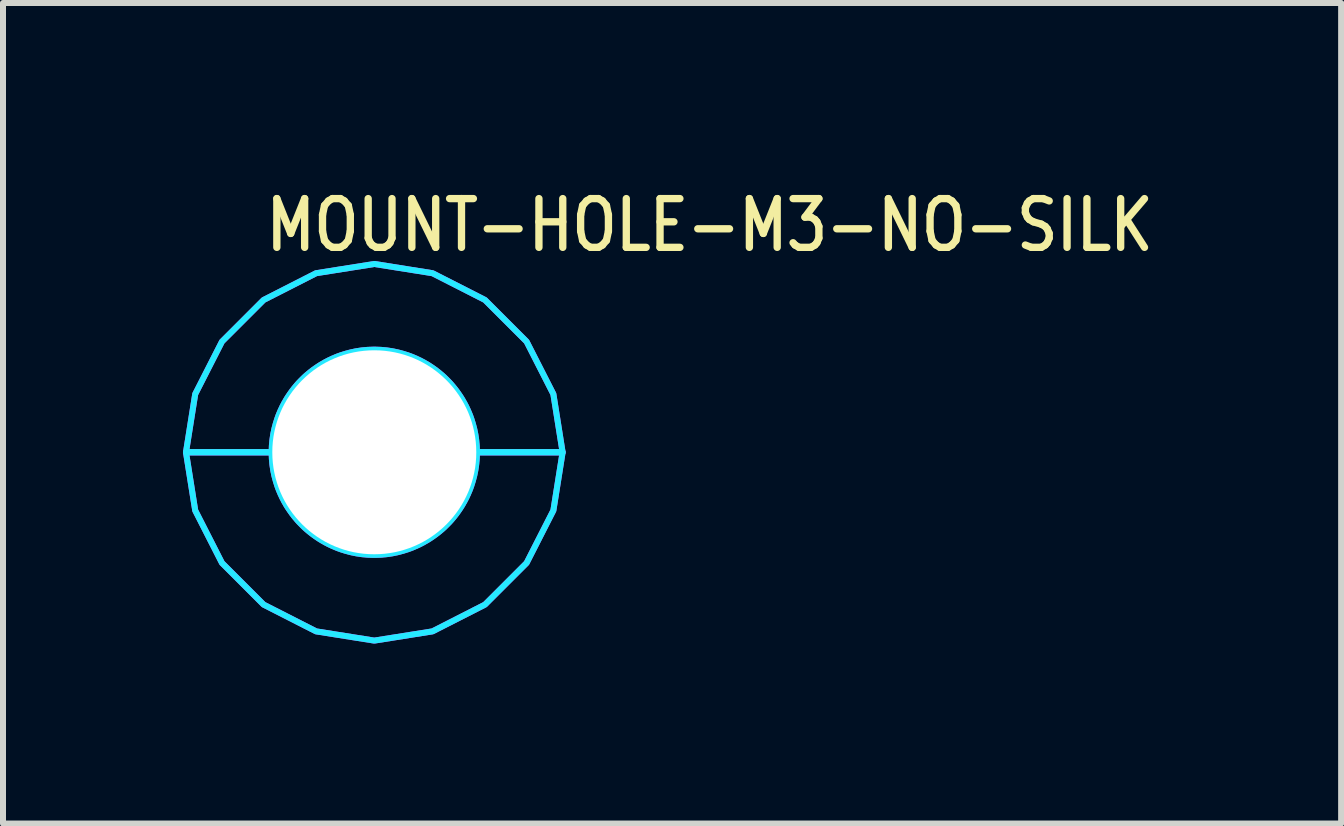
<source format=kicad_pcb>
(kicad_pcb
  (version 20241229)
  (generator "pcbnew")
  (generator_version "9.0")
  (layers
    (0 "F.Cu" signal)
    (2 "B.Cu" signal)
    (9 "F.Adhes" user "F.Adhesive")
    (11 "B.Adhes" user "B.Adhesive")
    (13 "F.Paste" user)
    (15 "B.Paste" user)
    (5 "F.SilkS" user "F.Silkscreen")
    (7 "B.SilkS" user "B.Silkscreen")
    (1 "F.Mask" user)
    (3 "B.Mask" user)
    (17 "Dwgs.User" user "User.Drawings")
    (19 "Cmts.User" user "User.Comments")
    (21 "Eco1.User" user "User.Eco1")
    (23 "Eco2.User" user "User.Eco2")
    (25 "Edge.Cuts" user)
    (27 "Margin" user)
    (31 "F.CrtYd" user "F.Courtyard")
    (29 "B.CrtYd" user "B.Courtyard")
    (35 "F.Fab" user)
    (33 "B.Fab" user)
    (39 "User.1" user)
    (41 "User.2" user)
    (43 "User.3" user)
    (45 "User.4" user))
  (footprint "MOUNT-HOLE-M3-NO-SILK"
    (layer "F.Cu")
    (at 3.189 4.489)
    (property "Reference" "MOUNT-HOLE-M3-NO-SILK" (at -1.87 -3.31 0) (unlocked yes) (layer "F.SilkS") (effects (font (size 0.813 0.695) (thickness 0.122)) (justify left bottom)))
    (fp_circle (center 0 0) (end 2.95 0) (stroke (width 0) (type solid)) (fill yes) (layer "F.Mask"))
    (fp_circle (center 0 0) (end 3.1 0) (stroke (width 0) (type solid)) (fill yes) (layer "F.Mask"))
    (fp_circle (center 0 0) (end 3.1 0) (stroke (width 0) (type solid)) (fill yes) (layer "F.Mask"))
    (fp_circle (center 0 0) (end 2.95 0) (stroke (width 0) (type solid)) (fill yes) (layer "B.Mask"))
    (fp_circle (center 0 0) (end 3.1 0) (stroke (width 0) (type solid)) (fill yes) (layer "B.Mask"))
    (fp_poly (pts (xy -3.139 0) (xy -2.985 -0.97) (xy -2.539 -1.845) (xy -1.845 -2.539) (xy -0.97 -2.985) (xy 0 -3.139) (xy 0.97 -2.985) (xy 1.845 -2.539) (xy 2.539 -1.845) (xy 2.985 -0.97) (xy 3.139 0) (xy 1.71 0) (xy 1.71 -0.000078) (xy 1.71 -0.027) (xy 1.71 -0.027) (xy 1.709 -0.054) (xy 1.709 -0.054) (xy 1.708 -0.08) (xy 1.708 -0.081) (xy 1.707 -0.107) (xy 1.707 -0.107) (xy 1.705 -0.134) (xy 1.705 -0.134) (xy 1.702 -0.161) (xy 1.702 -0.161) (xy 1.7 -0.188) (xy 1.7 -0.188) (xy 1.697 -0.214) (xy 1.697 -0.214) (xy 1.693 -0.241) (xy 1.693 -0.241) (xy 1.689 -0.267) (xy 1.689 -0.268) (xy 1.685 -0.294) (xy 1.685 -0.294) (xy 1.68 -0.32) (xy 1.68 -0.321) (xy 1.674 -0.347) (xy 1.674 -0.347) (xy 1.669 -0.373) (xy 1.669 -0.373) (xy 1.663 -0.399) (xy 1.663 -0.399) (xy 1.656 -0.425) (xy 1.656 -0.425) (xy 1.649 -0.451) (xy 1.649 -0.451) (xy 1.642 -0.477) (xy 1.642 -0.477) (xy 1.634 -0.503) (xy 1.634 -0.503) (xy 1.626 -0.528) (xy 1.626 -0.528) (xy 1.618 -0.554) (xy 1.618 -0.554) (xy 1.609 -0.579) (xy 1.609 -0.579) (xy 1.6 -0.604) (xy 1.6 -0.605) (xy 1.59 -0.629) (xy 1.59 -0.63) (xy 1.58 -0.654) (xy 1.58 -0.654) (xy 1.569 -0.679) (xy 1.569 -0.679) (xy 1.559 -0.704) (xy 1.558 -0.704) (xy 1.547 -0.728) (xy 1.547 -0.728) (xy 1.536 -0.752) (xy 1.536 -0.752) (xy 1.524 -0.776) (xy 1.524 -0.776) (xy 1.511 -0.8) (xy 1.511 -0.8) (xy 1.499 -0.824) (xy 1.498 -0.824) (xy 1.485 -0.847) (xy 1.485 -0.847) (xy 1.472 -0.87) (xy 1.472 -0.871) (xy 1.458 -0.893) (xy 1.458 -0.894) (xy 1.444 -0.916) (xy 1.444 -0.916) (xy 1.429 -0.939) (xy 1.429 -0.939) (xy 1.414 -0.961) (xy 1.414 -0.961) (xy 1.399 -0.983) (xy 1.399 -0.983) (xy 1.383 -1.005) (xy 1.383 -1.005) (xy 1.368 -1.027) (xy 1.367 -1.027) (xy 1.351 -1.048) (xy 1.351 -1.048) (xy 1.335 -1.069) (xy 1.334 -1.069) (xy 1.318 -1.09) (xy 1.318 -1.09) (xy 1.3 -1.11) (xy 1.3 -1.111) (xy 1.283 -1.131) (xy 1.283 -1.131) (xy 1.265 -1.151) (xy 1.265 -1.151) (xy 1.247 -1.171) (xy 1.246 -1.171) (xy 1.228 -1.19) (xy 1.228 -1.19) (xy 1.209 -1.209) (xy 1.209 -1.209) (xy 1.19 -1.228) (xy 1.19 -1.228) (xy 1.171 -1.246) (xy 1.171 -1.247) (xy 1.151 -1.265) (xy 1.151 -1.265) (xy 1.131 -1.283) (xy 1.131 -1.283) (xy 1.111 -1.3) (xy 1.11 -1.3) (xy 1.09 -1.318) (xy 1.09 -1.318) (xy 1.069 -1.334) (xy 1.069 -1.335) (xy 1.048 -1.351) (xy 1.048 -1.351) (xy 1.027 -1.367) (xy 1.027 -1.368) (xy 1.005 -1.383) (xy 1.005 -1.383) (xy 0.983 -1.399) (xy 0.983 -1.399) (xy 0.961 -1.414) (xy 0.961 -1.414) (xy 0.939 -1.429) (xy 0.939 -1.429) (xy 0.916 -1.444) (xy 0.916 -1.444) (xy 0.894 -1.458) (xy 0.893 -1.458) (xy 0.871 -1.472) (xy 0.87 -1.472) (xy 0.847 -1.485) (xy 0.847 -1.485) (xy 0.824 -1.498) (xy 0.824 -1.499) (xy 0.8 -1.511) (xy 0.8 -1.511) (xy 0.776 -1.524) (xy 0.776 -1.524) (xy 0.752 -1.536) (xy 0.752 -1.536) (xy 0.728 -1.547) (xy 0.728 -1.547) (xy 0.704 -1.558) (xy 0.704 -1.559) (xy 0.679 -1.569) (xy 0.679 -1.569) (xy 0.654 -1.58) (xy 0.654 -1.58) (xy 0.63 -1.59) (xy 0.629 -1.59) (xy 0.605 -1.6) (xy 0.604 -1.6) (xy 0.579 -1.609) (xy 0.579 -1.609) (xy 0.554 -1.618) (xy 0.554 -1.618) (xy 0.528 -1.626) (xy 0.528 -1.626) (xy 0.503 -1.634) (xy 0.503 -1.634) (xy 0.477 -1.642) (xy 0.477 -1.642) (xy 0.451 -1.649) (xy 0.451 -1.649) (xy 0.425 -1.656) (xy 0.425 -1.656) (xy 0.399 -1.663) (xy 0.399 -1.663) (xy 0.373 -1.669) (xy 0.373 -1.669) (xy 0.347 -1.674) (xy 0.347 -1.674) (xy 0.321 -1.68) (xy 0.32 -1.68) (xy 0.294 -1.685) (xy 0.294 -1.685) (xy 0.268 -1.689) (xy 0.267 -1.689) (xy 0.241 -1.693) (xy 0.241 -1.693) (xy 0.214 -1.697) (xy 0.214 -1.697) (xy 0.188 -1.7) (xy 0.188 -1.7) (xy 0.161 -1.702) (xy 0.161 -1.702) (xy 0.134 -1.705) (xy 0.134 -1.705) (xy 0.107 -1.707) (xy 0.107 -1.707) (xy 0.081 -1.708) (xy 0.08 -1.708) (xy 0.054 -1.709) (xy 0.054 -1.709) (xy 0.027 -1.71) (xy 0.027 -1.71) (xy 0.000078 -1.71) (xy -0.000078 -1.71) (xy -0.027 -1.71) (xy -0.027 -1.71) (xy -0.054 -1.709) (xy -0.054 -1.709) (xy -0.08 -1.708) (xy -0.081 -1.708) (xy -0.107 -1.707) (xy -0.107 -1.707) (xy -0.134 -1.705) (xy -0.134 -1.705) (xy -0.161 -1.702) (xy -0.161 -1.702) (xy -0.188 -1.7) (xy -0.188 -1.7) (xy -0.214 -1.697) (xy -0.214 -1.697) (xy -0.241 -1.693) (xy -0.241 -1.693) (xy -0.267 -1.689) (xy -0.268 -1.689) (xy -0.294 -1.685) (xy -0.294 -1.685) (xy -0.32 -1.68) (xy -0.321 -1.68) (xy -0.347 -1.674) (xy -0.347 -1.674) (xy -0.373 -1.669) (xy -0.373 -1.669) (xy -0.399 -1.663) (xy -0.399 -1.663) (xy -0.425 -1.656) (xy -0.425 -1.656) (xy -0.451 -1.649) (xy -0.451 -1.649) (xy -0.477 -1.642) (xy -0.477 -1.642) (xy -0.503 -1.634) (xy -0.503 -1.634) (xy -0.528 -1.626) (xy -0.528 -1.626) (xy -0.554 -1.618) (xy -0.554 -1.618) (xy -0.579 -1.609) (xy -0.579 -1.609) (xy -0.604 -1.6) (xy -0.605 -1.6) (xy -0.629 -1.59) (xy -0.63 -1.59) (xy -0.654 -1.58) (xy -0.654 -1.58) (xy -0.679 -1.569) (xy -0.679 -1.569) (xy -0.704 -1.559) (xy -0.704 -1.558) (xy -0.728 -1.547) (xy -0.728 -1.547) (xy -0.752 -1.536) (xy -0.752 -1.536) (xy -0.776 -1.524) (xy -0.776 -1.524) (xy -0.8 -1.511) (xy -0.8 -1.511) (xy -0.824 -1.499) (xy -0.824 -1.498) (xy -0.847 -1.485) (xy -0.847 -1.485) (xy -0.87 -1.472) (xy -0.871 -1.472) (xy -0.893 -1.458) (xy -0.894 -1.458) (xy -0.916 -1.444) (xy -0.916 -1.444) (xy -0.939 -1.429) (xy -0.939 -1.429) (xy -0.961 -1.414) (xy -0.961 -1.414) (xy -0.983 -1.399) (xy -0.983 -1.399) (xy -1.005 -1.383) (xy -1.005 -1.383) (xy -1.027 -1.368) (xy -1.027 -1.367) (xy -1.048 -1.351) (xy -1.048 -1.351) (xy -1.069 -1.335) (xy -1.069 -1.334) (xy -1.09 -1.318) (xy -1.09 -1.318) (xy -1.11 -1.3) (xy -1.111 -1.3) (xy -1.131 -1.283) (xy -1.131 -1.283) (xy -1.151 -1.265) (xy -1.151 -1.265) (xy -1.171 -1.247) (xy -1.171 -1.246) (xy -1.19 -1.228) (xy -1.19 -1.228) (xy -1.209 -1.209) (xy -1.209 -1.209) (xy -1.228 -1.19) (xy -1.228 -1.19) (xy -1.246 -1.171) (xy -1.247 -1.171) (xy -1.265 -1.151) (xy -1.265 -1.151) (xy -1.283 -1.131) (xy -1.283 -1.131) (xy -1.3 -1.111) (xy -1.3 -1.11) (xy -1.318 -1.09) (xy -1.318 -1.09) (xy -1.334 -1.069) (xy -1.335 -1.069) (xy -1.351 -1.048) (xy -1.351 -1.048) (xy -1.367 -1.027) (xy -1.368 -1.027) (xy -1.383 -1.005) (xy -1.383 -1.005) (xy -1.399 -0.983) (xy -1.399 -0.983) (xy -1.414 -0.961) (xy -1.414 -0.961) (xy -1.429 -0.939) (xy -1.429 -0.939) (xy -1.444 -0.916) (xy -1.444 -0.916) (xy -1.458 -0.894) (xy -1.458 -0.893) (xy -1.472 -0.871) (xy -1.472 -0.87) (xy -1.485 -0.847) (xy -1.485 -0.847) (xy -1.498 -0.824) (xy -1.499 -0.824) (xy -1.511 -0.8) (xy -1.511 -0.8) (xy -1.524 -0.776) (xy -1.524 -0.776) (xy -1.536 -0.752) (xy -1.536 -0.752) (xy -1.547 -0.728) (xy -1.547 -0.728) (xy -1.558 -0.704) (xy -1.559 -0.704) (xy -1.569 -0.679) (xy -1.569 -0.679) (xy -1.58 -0.654) (xy -1.58 -0.654) (xy -1.59 -0.63) (xy -1.59 -0.629) (xy -1.6 -0.605) (xy -1.6 -0.604) (xy -1.609 -0.579) (xy -1.609 -0.579) (xy -1.618 -0.554) (xy -1.618 -0.554) (xy -1.626 -0.528) (xy -1.626 -0.528) (xy -1.634 -0.503) (xy -1.634 -0.503) (xy -1.642 -0.477) (xy -1.642 -0.477) (xy -1.649 -0.451) (xy -1.649 -0.451) (xy -1.656 -0.425) (xy -1.656 -0.425) (xy -1.663 -0.399) (xy -1.663 -0.399) (xy -1.669 -0.373) (xy -1.669 -0.373) (xy -1.674 -0.347) (xy -1.674 -0.347) (xy -1.68 -0.321) (xy -1.68 -0.32) (xy -1.685 -0.294) (xy -1.685 -0.294) (xy -1.689 -0.268) (xy -1.689 -0.267) (xy -1.693 -0.241) (xy -1.693 -0.241) (xy -1.697 -0.214) (xy -1.697 -0.214) (xy -1.7 -0.188) (xy -1.7 -0.188) (xy -1.702 -0.161) (xy -1.702 -0.161) (xy -1.705 -0.134) (xy -1.705 -0.134) (xy -1.707 -0.107) (xy -1.707 -0.107) (xy -1.708 -0.081) (xy -1.708 -0.08) (xy -1.709 -0.054) (xy -1.709 -0.054) (xy -1.71 -0.027) (xy -1.71 -0.027) (xy -1.71 -0.000078) (xy -1.71 0)) (stroke (width 0.1) (type solid)) (fill no) (layer "B.CrtYd"))
    (fp_poly (pts (xy 2.985 0.97) (xy 2.539 1.845) (xy 1.845 2.539) (xy 0.97 2.985) (xy 0 3.139) (xy -0.97 2.985) (xy -1.845 2.539) (xy -2.539 1.845) (xy -2.985 0.97) (xy -3.139 0) (xy -1.71 0) (xy -1.71 0.000078) (xy -1.71 0.027) (xy -1.71 0.027) (xy -1.709 0.054) (xy -1.709 0.054) (xy -1.708 0.08) (xy -1.708 0.081) (xy -1.707 0.107) (xy -1.707 0.107) (xy -1.705 0.134) (xy -1.705 0.134) (xy -1.702 0.161) (xy -1.702 0.161) (xy -1.7 0.188) (xy -1.7 0.188) (xy -1.697 0.214) (xy -1.697 0.214) (xy -1.693 0.241) (xy -1.693 0.241) (xy -1.689 0.267) (xy -1.689 0.268) (xy -1.685 0.294) (xy -1.685 0.294) (xy -1.68 0.32) (xy -1.68 0.321) (xy -1.674 0.347) (xy -1.674 0.347) (xy -1.669 0.373) (xy -1.669 0.373) (xy -1.663 0.399) (xy -1.663 0.399) (xy -1.656 0.425) (xy -1.656 0.425) (xy -1.649 0.451) (xy -1.649 0.451) (xy -1.642 0.477) (xy -1.642 0.477) (xy -1.634 0.503) (xy -1.634 0.503) (xy -1.626 0.528) (xy -1.626 0.528) (xy -1.618 0.554) (xy -1.618 0.554) (xy -1.609 0.579) (xy -1.609 0.579) (xy -1.6 0.604) (xy -1.6 0.605) (xy -1.59 0.629) (xy -1.59 0.63) (xy -1.58 0.654) (xy -1.58 0.654) (xy -1.569 0.679) (xy -1.569 0.679) (xy -1.559 0.704) (xy -1.558 0.704) (xy -1.547 0.728) (xy -1.547 0.728) (xy -1.536 0.752) (xy -1.536 0.752) (xy -1.524 0.776) (xy -1.524 0.776) (xy -1.511 0.8) (xy -1.511 0.8) (xy -1.499 0.824) (xy -1.498 0.824) (xy -1.485 0.847) (xy -1.485 0.847) (xy -1.472 0.87) (xy -1.472 0.871) (xy -1.458 0.893) (xy -1.458 0.894) (xy -1.444 0.916) (xy -1.444 0.916) (xy -1.429 0.939) (xy -1.429 0.939) (xy -1.414 0.961) (xy -1.414 0.961) (xy -1.399 0.983) (xy -1.399 0.983) (xy -1.383 1.005) (xy -1.383 1.005) (xy -1.368 1.027) (xy -1.367 1.027) (xy -1.351 1.048) (xy -1.351 1.048) (xy -1.335 1.069) (xy -1.334 1.069) (xy -1.318 1.09) (xy -1.318 1.09) (xy -1.3 1.11) (xy -1.3 1.111) (xy -1.283 1.131) (xy -1.283 1.131) (xy -1.265 1.151) (xy -1.265 1.151) (xy -1.247 1.171) (xy -1.246 1.171) (xy -1.228 1.19) (xy -1.228 1.19) (xy -1.209 1.209) (xy -1.209 1.209) (xy -1.19 1.228) (xy -1.19 1.228) (xy -1.171 1.246) (xy -1.171 1.247) (xy -1.151 1.265) (xy -1.151 1.265) (xy -1.131 1.283) (xy -1.131 1.283) (xy -1.111 1.3) (xy -1.11 1.3) (xy -1.09 1.318) (xy -1.09 1.318) (xy -1.069 1.334) (xy -1.069 1.335) (xy -1.048 1.351) (xy -1.048 1.351) (xy -1.027 1.367) (xy -1.027 1.368) (xy -1.005 1.383) (xy -1.005 1.383) (xy -0.983 1.399) (xy -0.983 1.399) (xy -0.961 1.414) (xy -0.961 1.414) (xy -0.939 1.429) (xy -0.939 1.429) (xy -0.916 1.444) (xy -0.916 1.444) (xy -0.894 1.458) (xy -0.893 1.458) (xy -0.871 1.472) (xy -0.87 1.472) (xy -0.847 1.485) (xy -0.847 1.485) (xy -0.824 1.498) (xy -0.824 1.499) (xy -0.8 1.511) (xy -0.8 1.511) (xy -0.776 1.524) (xy -0.776 1.524) (xy -0.752 1.536) (xy -0.752 1.536) (xy -0.728 1.547) (xy -0.728 1.547) (xy -0.704 1.558) (xy -0.704 1.559) (xy -0.679 1.569) (xy -0.679 1.569) (xy -0.654 1.58) (xy -0.654 1.58) (xy -0.63 1.59) (xy -0.629 1.59) (xy -0.605 1.6) (xy -0.604 1.6) (xy -0.579 1.609) (xy -0.579 1.609) (xy -0.554 1.618) (xy -0.554 1.618) (xy -0.528 1.626) (xy -0.528 1.626) (xy -0.503 1.634) (xy -0.503 1.634) (xy -0.477 1.642) (xy -0.477 1.642) (xy -0.451 1.649) (xy -0.451 1.649) (xy -0.425 1.656) (xy -0.425 1.656) (xy -0.399 1.663) (xy -0.399 1.663) (xy -0.373 1.669) (xy -0.373 1.669) (xy -0.347 1.674) (xy -0.347 1.674) (xy -0.321 1.68) (xy -0.32 1.68) (xy -0.294 1.685) (xy -0.294 1.685) (xy -0.268 1.689) (xy -0.267 1.689) (xy -0.241 1.693) (xy -0.241 1.693) (xy -0.214 1.697) (xy -0.214 1.697) (xy -0.188 1.7) (xy -0.188 1.7) (xy -0.161 1.702) (xy -0.161 1.702) (xy -0.134 1.705) (xy -0.134 1.705) (xy -0.107 1.707) (xy -0.107 1.707) (xy -0.081 1.708) (xy -0.08 1.708) (xy -0.054 1.709) (xy -0.054 1.709) (xy -0.027 1.71) (xy -0.027 1.71) (xy -0.000078 1.71) (xy 0.000078 1.71) (xy 0.027 1.71) (xy 0.027 1.71) (xy 0.054 1.709) (xy 0.054 1.709) (xy 0.08 1.708) (xy 0.081 1.708) (xy 0.107 1.707) (xy 0.107 1.707) (xy 0.134 1.705) (xy 0.134 1.705) (xy 0.161 1.702) (xy 0.161 1.702) (xy 0.188 1.7) (xy 0.188 1.7) (xy 0.214 1.697) (xy 0.214 1.697) (xy 0.241 1.693) (xy 0.241 1.693) (xy 0.267 1.689) (xy 0.268 1.689) (xy 0.294 1.685) (xy 0.294 1.685) (xy 0.32 1.68) (xy 0.321 1.68) (xy 0.347 1.674) (xy 0.347 1.674) (xy 0.373 1.669) (xy 0.373 1.669) (xy 0.399 1.663) (xy 0.399 1.663) (xy 0.425 1.656) (xy 0.425 1.656) (xy 0.451 1.649) (xy 0.451 1.649) (xy 0.477 1.642) (xy 0.477 1.642) (xy 0.503 1.634) (xy 0.503 1.634) (xy 0.528 1.626) (xy 0.528 1.626) (xy 0.554 1.618) (xy 0.554 1.618) (xy 0.579 1.609) (xy 0.579 1.609) (xy 0.604 1.6) (xy 0.605 1.6) (xy 0.629 1.59) (xy 0.63 1.59) (xy 0.654 1.58) (xy 0.654 1.58) (xy 0.679 1.569) (xy 0.679 1.569) (xy 0.704 1.559) (xy 0.704 1.558) (xy 0.728 1.547) (xy 0.728 1.547) (xy 0.752 1.536) (xy 0.752 1.536) (xy 0.776 1.524) (xy 0.776 1.524) (xy 0.8 1.511) (xy 0.8 1.511) (xy 0.824 1.499) (xy 0.824 1.498) (xy 0.847 1.485) (xy 0.847 1.485) (xy 0.87 1.472) (xy 0.871 1.472) (xy 0.893 1.458) (xy 0.894 1.458) (xy 0.916 1.444) (xy 0.916 1.444) (xy 0.939 1.429) (xy 0.939 1.429) (xy 0.961 1.414) (xy 0.961 1.414) (xy 0.983 1.399) (xy 0.983 1.399) (xy 1.005 1.383) (xy 1.005 1.383) (xy 1.027 1.368) (xy 1.027 1.367) (xy 1.048 1.351) (xy 1.048 1.351) (xy 1.069 1.335) (xy 1.069 1.334) (xy 1.09 1.318) (xy 1.09 1.318) (xy 1.11 1.3) (xy 1.111 1.3) (xy 1.131 1.283) (xy 1.131 1.283) (xy 1.151 1.265) (xy 1.151 1.265) (xy 1.171 1.247) (xy 1.171 1.246) (xy 1.19 1.228) (xy 1.19 1.228) (xy 1.209 1.209) (xy 1.209 1.209) (xy 1.228 1.19) (xy 1.228 1.19) (xy 1.246 1.171) (xy 1.247 1.171) (xy 1.265 1.151) (xy 1.265 1.151) (xy 1.283 1.131) (xy 1.283 1.131) (xy 1.3 1.111) (xy 1.3 1.11) (xy 1.318 1.09) (xy 1.318 1.09) (xy 1.334 1.069) (xy 1.335 1.069) (xy 1.351 1.048) (xy 1.351 1.048) (xy 1.367 1.027) (xy 1.368 1.027) (xy 1.383 1.005) (xy 1.383 1.005) (xy 1.399 0.983) (xy 1.399 0.983) (xy 1.414 0.961) (xy 1.414 0.961) (xy 1.429 0.939) (xy 1.429 0.939) (xy 1.444 0.916) (xy 1.444 0.916) (xy 1.458 0.894) (xy 1.458 0.893) (xy 1.472 0.871) (xy 1.472 0.87) (xy 1.485 0.847) (xy 1.485 0.847) (xy 1.498 0.824) (xy 1.499 0.824) (xy 1.511 0.8) (xy 1.511 0.8) (xy 1.524 0.776) (xy 1.524 0.776) (xy 1.536 0.752) (xy 1.536 0.752) (xy 1.547 0.728) (xy 1.547 0.728) (xy 1.558 0.704) (xy 1.559 0.704) (xy 1.569 0.679) (xy 1.569 0.679) (xy 1.58 0.654) (xy 1.58 0.654) (xy 1.59 0.63) (xy 1.59 0.629) (xy 1.6 0.605) (xy 1.6 0.604) (xy 1.609 0.579) (xy 1.609 0.579) (xy 1.618 0.554) (xy 1.618 0.554) (xy 1.626 0.528) (xy 1.626 0.528) (xy 1.634 0.503) (xy 1.634 0.503) (xy 1.642 0.477) (xy 1.642 0.477) (xy 1.649 0.451) (xy 1.649 0.451) (xy 1.656 0.425) (xy 1.656 0.425) (xy 1.663 0.399) (xy 1.663 0.399) (xy 1.669 0.373) (xy 1.669 0.373) (xy 1.674 0.347) (xy 1.674 0.347) (xy 1.68 0.321) (xy 1.68 0.32) (xy 1.685 0.294) (xy 1.685 0.294) (xy 1.689 0.268) (xy 1.689 0.267) (xy 1.693 0.241) (xy 1.693 0.241) (xy 1.697 0.214) (xy 1.697 0.214) (xy 1.7 0.188) (xy 1.7 0.188) (xy 1.702 0.161) (xy 1.702 0.161) (xy 1.705 0.134) (xy 1.705 0.134) (xy 1.707 0.107) (xy 1.707 0.107) (xy 1.708 0.081) (xy 1.708 0.08) (xy 1.709 0.054) (xy 1.709 0.054) (xy 1.71 0.027) (xy 1.71 0.027) (xy 1.71 0.000078) (xy 1.71 0) (xy 3.139 0)) (stroke (width 0.1) (type solid)) (fill no) (layer "B.CrtYd"))
    (fp_poly (pts (xy -3.139 0) (xy -2.985 -0.97) (xy -2.539 -1.845) (xy -1.845 -2.539) (xy -0.97 -2.985) (xy 0 -3.139) (xy 0.97 -2.985) (xy 1.845 -2.539) (xy 2.539 -1.845) (xy 2.985 -0.97) (xy 3.139 0) (xy 1.71 0) (xy 1.71 -0.000078) (xy 1.71 -0.027) (xy 1.71 -0.027) (xy 1.709 -0.054) (xy 1.709 -0.054) (xy 1.708 -0.08) (xy 1.708 -0.081) (xy 1.707 -0.107) (xy 1.707 -0.107) (xy 1.705 -0.134) (xy 1.705 -0.134) (xy 1.702 -0.161) (xy 1.702 -0.161) (xy 1.7 -0.188) (xy 1.7 -0.188) (xy 1.697 -0.214) (xy 1.697 -0.214) (xy 1.693 -0.241) (xy 1.693 -0.241) (xy 1.689 -0.267) (xy 1.689 -0.268) (xy 1.685 -0.294) (xy 1.685 -0.294) (xy 1.68 -0.32) (xy 1.68 -0.321) (xy 1.674 -0.347) (xy 1.674 -0.347) (xy 1.669 -0.373) (xy 1.669 -0.373) (xy 1.663 -0.399) (xy 1.663 -0.399) (xy 1.656 -0.425) (xy 1.656 -0.425) (xy 1.649 -0.451) (xy 1.649 -0.451) (xy 1.642 -0.477) (xy 1.642 -0.477) (xy 1.634 -0.503) (xy 1.634 -0.503) (xy 1.626 -0.528) (xy 1.626 -0.528) (xy 1.618 -0.554) (xy 1.618 -0.554) (xy 1.609 -0.579) (xy 1.609 -0.579) (xy 1.6 -0.604) (xy 1.6 -0.605) (xy 1.59 -0.629) (xy 1.59 -0.63) (xy 1.58 -0.654) (xy 1.58 -0.654) (xy 1.569 -0.679) (xy 1.569 -0.679) (xy 1.559 -0.704) (xy 1.558 -0.704) (xy 1.547 -0.728) (xy 1.547 -0.728) (xy 1.536 -0.752) (xy 1.536 -0.752) (xy 1.524 -0.776) (xy 1.524 -0.776) (xy 1.511 -0.8) (xy 1.511 -0.8) (xy 1.499 -0.824) (xy 1.498 -0.824) (xy 1.485 -0.847) (xy 1.485 -0.847) (xy 1.472 -0.87) (xy 1.472 -0.871) (xy 1.458 -0.893) (xy 1.458 -0.894) (xy 1.444 -0.916) (xy 1.444 -0.916) (xy 1.429 -0.939) (xy 1.429 -0.939) (xy 1.414 -0.961) (xy 1.414 -0.961) (xy 1.399 -0.983) (xy 1.399 -0.983) (xy 1.383 -1.005) (xy 1.383 -1.005) (xy 1.368 -1.027) (xy 1.367 -1.027) (xy 1.351 -1.048) (xy 1.351 -1.048) (xy 1.335 -1.069) (xy 1.334 -1.069) (xy 1.318 -1.09) (xy 1.318 -1.09) (xy 1.3 -1.11) (xy 1.3 -1.111) (xy 1.283 -1.131) (xy 1.283 -1.131) (xy 1.265 -1.151) (xy 1.265 -1.151) (xy 1.247 -1.171) (xy 1.246 -1.171) (xy 1.228 -1.19) (xy 1.228 -1.19) (xy 1.209 -1.209) (xy 1.209 -1.209) (xy 1.19 -1.228) (xy 1.19 -1.228) (xy 1.171 -1.246) (xy 1.171 -1.247) (xy 1.151 -1.265) (xy 1.151 -1.265) (xy 1.131 -1.283) (xy 1.131 -1.283) (xy 1.111 -1.3) (xy 1.11 -1.3) (xy 1.09 -1.318) (xy 1.09 -1.318) (xy 1.069 -1.334) (xy 1.069 -1.335) (xy 1.048 -1.351) (xy 1.048 -1.351) (xy 1.027 -1.367) (xy 1.027 -1.368) (xy 1.005 -1.383) (xy 1.005 -1.383) (xy 0.983 -1.399) (xy 0.983 -1.399) (xy 0.961 -1.414) (xy 0.961 -1.414) (xy 0.939 -1.429) (xy 0.939 -1.429) (xy 0.916 -1.444) (xy 0.916 -1.444) (xy 0.894 -1.458) (xy 0.893 -1.458) (xy 0.871 -1.472) (xy 0.87 -1.472) (xy 0.847 -1.485) (xy 0.847 -1.485) (xy 0.824 -1.498) (xy 0.824 -1.499) (xy 0.8 -1.511) (xy 0.8 -1.511) (xy 0.776 -1.524) (xy 0.776 -1.524) (xy 0.752 -1.536) (xy 0.752 -1.536) (xy 0.728 -1.547) (xy 0.728 -1.547) (xy 0.704 -1.558) (xy 0.704 -1.559) (xy 0.679 -1.569) (xy 0.679 -1.569) (xy 0.654 -1.58) (xy 0.654 -1.58) (xy 0.63 -1.59) (xy 0.629 -1.59) (xy 0.605 -1.6) (xy 0.604 -1.6) (xy 0.579 -1.609) (xy 0.579 -1.609) (xy 0.554 -1.618) (xy 0.554 -1.618) (xy 0.528 -1.626) (xy 0.528 -1.626) (xy 0.503 -1.634) (xy 0.503 -1.634) (xy 0.477 -1.642) (xy 0.477 -1.642) (xy 0.451 -1.649) (xy 0.451 -1.649) (xy 0.425 -1.656) (xy 0.425 -1.656) (xy 0.399 -1.663) (xy 0.399 -1.663) (xy 0.373 -1.669) (xy 0.373 -1.669) (xy 0.347 -1.674) (xy 0.347 -1.674) (xy 0.321 -1.68) (xy 0.32 -1.68) (xy 0.294 -1.685) (xy 0.294 -1.685) (xy 0.268 -1.689) (xy 0.267 -1.689) (xy 0.241 -1.693) (xy 0.241 -1.693) (xy 0.214 -1.697) (xy 0.214 -1.697) (xy 0.188 -1.7) (xy 0.188 -1.7) (xy 0.161 -1.702) (xy 0.161 -1.702) (xy 0.134 -1.705) (xy 0.134 -1.705) (xy 0.107 -1.707) (xy 0.107 -1.707) (xy 0.081 -1.708) (xy 0.08 -1.708) (xy 0.054 -1.709) (xy 0.054 -1.709) (xy 0.027 -1.71) (xy 0.027 -1.71) (xy 0.000078 -1.71) (xy -0.000078 -1.71) (xy -0.027 -1.71) (xy -0.027 -1.71) (xy -0.054 -1.709) (xy -0.054 -1.709) (xy -0.08 -1.708) (xy -0.081 -1.708) (xy -0.107 -1.707) (xy -0.107 -1.707) (xy -0.134 -1.705) (xy -0.134 -1.705) (xy -0.161 -1.702) (xy -0.161 -1.702) (xy -0.188 -1.7) (xy -0.188 -1.7) (xy -0.214 -1.697) (xy -0.214 -1.697) (xy -0.241 -1.693) (xy -0.241 -1.693) (xy -0.267 -1.689) (xy -0.268 -1.689) (xy -0.294 -1.685) (xy -0.294 -1.685) (xy -0.32 -1.68) (xy -0.321 -1.68) (xy -0.347 -1.674) (xy -0.347 -1.674) (xy -0.373 -1.669) (xy -0.373 -1.669) (xy -0.399 -1.663) (xy -0.399 -1.663) (xy -0.425 -1.656) (xy -0.425 -1.656) (xy -0.451 -1.649) (xy -0.451 -1.649) (xy -0.477 -1.642) (xy -0.477 -1.642) (xy -0.503 -1.634) (xy -0.503 -1.634) (xy -0.528 -1.626) (xy -0.528 -1.626) (xy -0.554 -1.618) (xy -0.554 -1.618) (xy -0.579 -1.609) (xy -0.579 -1.609) (xy -0.604 -1.6) (xy -0.605 -1.6) (xy -0.629 -1.59) (xy -0.63 -1.59) (xy -0.654 -1.58) (xy -0.654 -1.58) (xy -0.679 -1.569) (xy -0.679 -1.569) (xy -0.704 -1.559) (xy -0.704 -1.558) (xy -0.728 -1.547) (xy -0.728 -1.547) (xy -0.752 -1.536) (xy -0.752 -1.536) (xy -0.776 -1.524) (xy -0.776 -1.524) (xy -0.8 -1.511) (xy -0.8 -1.511) (xy -0.824 -1.499) (xy -0.824 -1.498) (xy -0.847 -1.485) (xy -0.847 -1.485) (xy -0.87 -1.472) (xy -0.871 -1.472) (xy -0.893 -1.458) (xy -0.894 -1.458) (xy -0.916 -1.444) (xy -0.916 -1.444) (xy -0.939 -1.429) (xy -0.939 -1.429) (xy -0.961 -1.414) (xy -0.961 -1.414) (xy -0.983 -1.399) (xy -0.983 -1.399) (xy -1.005 -1.383) (xy -1.005 -1.383) (xy -1.027 -1.368) (xy -1.027 -1.367) (xy -1.048 -1.351) (xy -1.048 -1.351) (xy -1.069 -1.335) (xy -1.069 -1.334) (xy -1.09 -1.318) (xy -1.09 -1.318) (xy -1.11 -1.3) (xy -1.111 -1.3) (xy -1.131 -1.283) (xy -1.131 -1.283) (xy -1.151 -1.265) (xy -1.151 -1.265) (xy -1.171 -1.247) (xy -1.171 -1.246) (xy -1.19 -1.228) (xy -1.19 -1.228) (xy -1.209 -1.209) (xy -1.209 -1.209) (xy -1.228 -1.19) (xy -1.228 -1.19) (xy -1.246 -1.171) (xy -1.247 -1.171) (xy -1.265 -1.151) (xy -1.265 -1.151) (xy -1.283 -1.131) (xy -1.283 -1.131) (xy -1.3 -1.111) (xy -1.3 -1.11) (xy -1.318 -1.09) (xy -1.318 -1.09) (xy -1.334 -1.069) (xy -1.335 -1.069) (xy -1.351 -1.048) (xy -1.351 -1.048) (xy -1.367 -1.027) (xy -1.368 -1.027) (xy -1.383 -1.005) (xy -1.383 -1.005) (xy -1.399 -0.983) (xy -1.399 -0.983) (xy -1.414 -0.961) (xy -1.414 -0.961) (xy -1.429 -0.939) (xy -1.429 -0.939) (xy -1.444 -0.916) (xy -1.444 -0.916) (xy -1.458 -0.894) (xy -1.458 -0.893) (xy -1.472 -0.871) (xy -1.472 -0.87) (xy -1.485 -0.847) (xy -1.485 -0.847) (xy -1.498 -0.824) (xy -1.499 -0.824) (xy -1.511 -0.8) (xy -1.511 -0.8) (xy -1.524 -0.776) (xy -1.524 -0.776) (xy -1.536 -0.752) (xy -1.536 -0.752) (xy -1.547 -0.728) (xy -1.547 -0.728) (xy -1.558 -0.704) (xy -1.559 -0.704) (xy -1.569 -0.679) (xy -1.569 -0.679) (xy -1.58 -0.654) (xy -1.58 -0.654) (xy -1.59 -0.63) (xy -1.59 -0.629) (xy -1.6 -0.605) (xy -1.6 -0.604) (xy -1.609 -0.579) (xy -1.609 -0.579) (xy -1.618 -0.554) (xy -1.618 -0.554) (xy -1.626 -0.528) (xy -1.626 -0.528) (xy -1.634 -0.503) (xy -1.634 -0.503) (xy -1.642 -0.477) (xy -1.642 -0.477) (xy -1.649 -0.451) (xy -1.649 -0.451) (xy -1.656 -0.425) (xy -1.656 -0.425) (xy -1.663 -0.399) (xy -1.663 -0.399) (xy -1.669 -0.373) (xy -1.669 -0.373) (xy -1.674 -0.347) (xy -1.674 -0.347) (xy -1.68 -0.321) (xy -1.68 -0.32) (xy -1.685 -0.294) (xy -1.685 -0.294) (xy -1.689 -0.268) (xy -1.689 -0.267) (xy -1.693 -0.241) (xy -1.693 -0.241) (xy -1.697 -0.214) (xy -1.697 -0.214) (xy -1.7 -0.188) (xy -1.7 -0.188) (xy -1.702 -0.161) (xy -1.702 -0.161) (xy -1.705 -0.134) (xy -1.705 -0.134) (xy -1.707 -0.107) (xy -1.707 -0.107) (xy -1.708 -0.081) (xy -1.708 -0.08) (xy -1.709 -0.054) (xy -1.709 -0.054) (xy -1.71 -0.027) (xy -1.71 -0.027) (xy -1.71 -0.000078) (xy -1.71 0)) (stroke (width 0.1) (type solid)) (fill no) (layer "F.CrtYd"))
    (fp_poly (pts (xy 2.985 0.97) (xy 2.539 1.845) (xy 1.845 2.539) (xy 0.97 2.985) (xy 0 3.139) (xy -0.97 2.985) (xy -1.845 2.539) (xy -2.539 1.845) (xy -2.985 0.97) (xy -3.139 0) (xy -1.71 0) (xy -1.71 0.000078) (xy -1.71 0.027) (xy -1.71 0.027) (xy -1.709 0.054) (xy -1.709 0.054) (xy -1.708 0.08) (xy -1.708 0.081) (xy -1.707 0.107) (xy -1.707 0.107) (xy -1.705 0.134) (xy -1.705 0.134) (xy -1.702 0.161) (xy -1.702 0.161) (xy -1.7 0.188) (xy -1.7 0.188) (xy -1.697 0.214) (xy -1.697 0.214) (xy -1.693 0.241) (xy -1.693 0.241) (xy -1.689 0.267) (xy -1.689 0.268) (xy -1.685 0.294) (xy -1.685 0.294) (xy -1.68 0.32) (xy -1.68 0.321) (xy -1.674 0.347) (xy -1.674 0.347) (xy -1.669 0.373) (xy -1.669 0.373) (xy -1.663 0.399) (xy -1.663 0.399) (xy -1.656 0.425) (xy -1.656 0.425) (xy -1.649 0.451) (xy -1.649 0.451) (xy -1.642 0.477) (xy -1.642 0.477) (xy -1.634 0.503) (xy -1.634 0.503) (xy -1.626 0.528) (xy -1.626 0.528) (xy -1.618 0.554) (xy -1.618 0.554) (xy -1.609 0.579) (xy -1.609 0.579) (xy -1.6 0.604) (xy -1.6 0.605) (xy -1.59 0.629) (xy -1.59 0.63) (xy -1.58 0.654) (xy -1.58 0.654) (xy -1.569 0.679) (xy -1.569 0.679) (xy -1.559 0.704) (xy -1.558 0.704) (xy -1.547 0.728) (xy -1.547 0.728) (xy -1.536 0.752) (xy -1.536 0.752) (xy -1.524 0.776) (xy -1.524 0.776) (xy -1.511 0.8) (xy -1.511 0.8) (xy -1.499 0.824) (xy -1.498 0.824) (xy -1.485 0.847) (xy -1.485 0.847) (xy -1.472 0.87) (xy -1.472 0.871) (xy -1.458 0.893) (xy -1.458 0.894) (xy -1.444 0.916) (xy -1.444 0.916) (xy -1.429 0.939) (xy -1.429 0.939) (xy -1.414 0.961) (xy -1.414 0.961) (xy -1.399 0.983) (xy -1.399 0.983) (xy -1.383 1.005) (xy -1.383 1.005) (xy -1.368 1.027) (xy -1.367 1.027) (xy -1.351 1.048) (xy -1.351 1.048) (xy -1.335 1.069) (xy -1.334 1.069) (xy -1.318 1.09) (xy -1.318 1.09) (xy -1.3 1.11) (xy -1.3 1.111) (xy -1.283 1.131) (xy -1.283 1.131) (xy -1.265 1.151) (xy -1.265 1.151) (xy -1.247 1.171) (xy -1.246 1.171) (xy -1.228 1.19) (xy -1.228 1.19) (xy -1.209 1.209) (xy -1.209 1.209) (xy -1.19 1.228) (xy -1.19 1.228) (xy -1.171 1.246) (xy -1.171 1.247) (xy -1.151 1.265) (xy -1.151 1.265) (xy -1.131 1.283) (xy -1.131 1.283) (xy -1.111 1.3) (xy -1.11 1.3) (xy -1.09 1.318) (xy -1.09 1.318) (xy -1.069 1.334) (xy -1.069 1.335) (xy -1.048 1.351) (xy -1.048 1.351) (xy -1.027 1.367) (xy -1.027 1.368) (xy -1.005 1.383) (xy -1.005 1.383) (xy -0.983 1.399) (xy -0.983 1.399) (xy -0.961 1.414) (xy -0.961 1.414) (xy -0.939 1.429) (xy -0.939 1.429) (xy -0.916 1.444) (xy -0.916 1.444) (xy -0.894 1.458) (xy -0.893 1.458) (xy -0.871 1.472) (xy -0.87 1.472) (xy -0.847 1.485) (xy -0.847 1.485) (xy -0.824 1.498) (xy -0.824 1.499) (xy -0.8 1.511) (xy -0.8 1.511) (xy -0.776 1.524) (xy -0.776 1.524) (xy -0.752 1.536) (xy -0.752 1.536) (xy -0.728 1.547) (xy -0.728 1.547) (xy -0.704 1.558) (xy -0.704 1.559) (xy -0.679 1.569) (xy -0.679 1.569) (xy -0.654 1.58) (xy -0.654 1.58) (xy -0.63 1.59) (xy -0.629 1.59) (xy -0.605 1.6) (xy -0.604 1.6) (xy -0.579 1.609) (xy -0.579 1.609) (xy -0.554 1.618) (xy -0.554 1.618) (xy -0.528 1.626) (xy -0.528 1.626) (xy -0.503 1.634) (xy -0.503 1.634) (xy -0.477 1.642) (xy -0.477 1.642) (xy -0.451 1.649) (xy -0.451 1.649) (xy -0.425 1.656) (xy -0.425 1.656) (xy -0.399 1.663) (xy -0.399 1.663) (xy -0.373 1.669) (xy -0.373 1.669) (xy -0.347 1.674) (xy -0.347 1.674) (xy -0.321 1.68) (xy -0.32 1.68) (xy -0.294 1.685) (xy -0.294 1.685) (xy -0.268 1.689) (xy -0.267 1.689) (xy -0.241 1.693) (xy -0.241 1.693) (xy -0.214 1.697) (xy -0.214 1.697) (xy -0.188 1.7) (xy -0.188 1.7) (xy -0.161 1.702) (xy -0.161 1.702) (xy -0.134 1.705) (xy -0.134 1.705) (xy -0.107 1.707) (xy -0.107 1.707) (xy -0.081 1.708) (xy -0.08 1.708) (xy -0.054 1.709) (xy -0.054 1.709) (xy -0.027 1.71) (xy -0.027 1.71) (xy -0.000078 1.71) (xy 0.000078 1.71) (xy 0.027 1.71) (xy 0.027 1.71) (xy 0.054 1.709) (xy 0.054 1.709) (xy 0.08 1.708) (xy 0.081 1.708) (xy 0.107 1.707) (xy 0.107 1.707) (xy 0.134 1.705) (xy 0.134 1.705) (xy 0.161 1.702) (xy 0.161 1.702) (xy 0.188 1.7) (xy 0.188 1.7) (xy 0.214 1.697) (xy 0.214 1.697) (xy 0.241 1.693) (xy 0.241 1.693) (xy 0.267 1.689) (xy 0.268 1.689) (xy 0.294 1.685) (xy 0.294 1.685) (xy 0.32 1.68) (xy 0.321 1.68) (xy 0.347 1.674) (xy 0.347 1.674) (xy 0.373 1.669) (xy 0.373 1.669) (xy 0.399 1.663) (xy 0.399 1.663) (xy 0.425 1.656) (xy 0.425 1.656) (xy 0.451 1.649) (xy 0.451 1.649) (xy 0.477 1.642) (xy 0.477 1.642) (xy 0.503 1.634) (xy 0.503 1.634) (xy 0.528 1.626) (xy 0.528 1.626) (xy 0.554 1.618) (xy 0.554 1.618) (xy 0.579 1.609) (xy 0.579 1.609) (xy 0.604 1.6) (xy 0.605 1.6) (xy 0.629 1.59) (xy 0.63 1.59) (xy 0.654 1.58) (xy 0.654 1.58) (xy 0.679 1.569) (xy 0.679 1.569) (xy 0.704 1.559) (xy 0.704 1.558) (xy 0.728 1.547) (xy 0.728 1.547) (xy 0.752 1.536) (xy 0.752 1.536) (xy 0.776 1.524) (xy 0.776 1.524) (xy 0.8 1.511) (xy 0.8 1.511) (xy 0.824 1.499) (xy 0.824 1.498) (xy 0.847 1.485) (xy 0.847 1.485) (xy 0.87 1.472) (xy 0.871 1.472) (xy 0.893 1.458) (xy 0.894 1.458) (xy 0.916 1.444) (xy 0.916 1.444) (xy 0.939 1.429) (xy 0.939 1.429) (xy 0.961 1.414) (xy 0.961 1.414) (xy 0.983 1.399) (xy 0.983 1.399) (xy 1.005 1.383) (xy 1.005 1.383) (xy 1.027 1.368) (xy 1.027 1.367) (xy 1.048 1.351) (xy 1.048 1.351) (xy 1.069 1.335) (xy 1.069 1.334) (xy 1.09 1.318) (xy 1.09 1.318) (xy 1.11 1.3) (xy 1.111 1.3) (xy 1.131 1.283) (xy 1.131 1.283) (xy 1.151 1.265) (xy 1.151 1.265) (xy 1.171 1.247) (xy 1.171 1.246) (xy 1.19 1.228) (xy 1.19 1.228) (xy 1.209 1.209) (xy 1.209 1.209) (xy 1.228 1.19) (xy 1.228 1.19) (xy 1.246 1.171) (xy 1.247 1.171) (xy 1.265 1.151) (xy 1.265 1.151) (xy 1.283 1.131) (xy 1.283 1.131) (xy 1.3 1.111) (xy 1.3 1.11) (xy 1.318 1.09) (xy 1.318 1.09) (xy 1.334 1.069) (xy 1.335 1.069) (xy 1.351 1.048) (xy 1.351 1.048) (xy 1.367 1.027) (xy 1.368 1.027) (xy 1.383 1.005) (xy 1.383 1.005) (xy 1.399 0.983) (xy 1.399 0.983) (xy 1.414 0.961) (xy 1.414 0.961) (xy 1.429 0.939) (xy 1.429 0.939) (xy 1.444 0.916) (xy 1.444 0.916) (xy 1.458 0.894) (xy 1.458 0.893) (xy 1.472 0.871) (xy 1.472 0.87) (xy 1.485 0.847) (xy 1.485 0.847) (xy 1.498 0.824) (xy 1.499 0.824) (xy 1.511 0.8) (xy 1.511 0.8) (xy 1.524 0.776) (xy 1.524 0.776) (xy 1.536 0.752) (xy 1.536 0.752) (xy 1.547 0.728) (xy 1.547 0.728) (xy 1.558 0.704) (xy 1.559 0.704) (xy 1.569 0.679) (xy 1.569 0.679) (xy 1.58 0.654) (xy 1.58 0.654) (xy 1.59 0.63) (xy 1.59 0.629) (xy 1.6 0.605) (xy 1.6 0.604) (xy 1.609 0.579) (xy 1.609 0.579) (xy 1.618 0.554) (xy 1.618 0.554) (xy 1.626 0.528) (xy 1.626 0.528) (xy 1.634 0.503) (xy 1.634 0.503) (xy 1.642 0.477) (xy 1.642 0.477) (xy 1.649 0.451) (xy 1.649 0.451) (xy 1.656 0.425) (xy 1.656 0.425) (xy 1.663 0.399) (xy 1.663 0.399) (xy 1.669 0.373) (xy 1.669 0.373) (xy 1.674 0.347) (xy 1.674 0.347) (xy 1.68 0.321) (xy 1.68 0.32) (xy 1.685 0.294) (xy 1.685 0.294) (xy 1.689 0.268) (xy 1.689 0.267) (xy 1.693 0.241) (xy 1.693 0.241) (xy 1.697 0.214) (xy 1.697 0.214) (xy 1.7 0.188) (xy 1.7 0.188) (xy 1.702 0.161) (xy 1.702 0.161) (xy 1.705 0.134) (xy 1.705 0.134) (xy 1.707 0.107) (xy 1.707 0.107) (xy 1.708 0.081) (xy 1.708 0.08) (xy 1.709 0.054) (xy 1.709 0.054) (xy 1.71 0.027) (xy 1.71 0.027) (xy 1.71 0.000078) (xy 1.71 0) (xy 3.139 0)) (stroke (width 0.1) (type solid)) (fill no) (layer "F.CrtYd"))
    (pad "" np_thru_hole circle (at 0 0) (size 3.4 3.4) (drill 3.4) (layers "*.Cu" "*.Mask")))
  (gr_rect
    (start -3 -3)
    (end 19.305 10.677)
    (stroke (width 0.1) (type default))
    (fill no)
    (layer "Edge.Cuts")))
</source>
